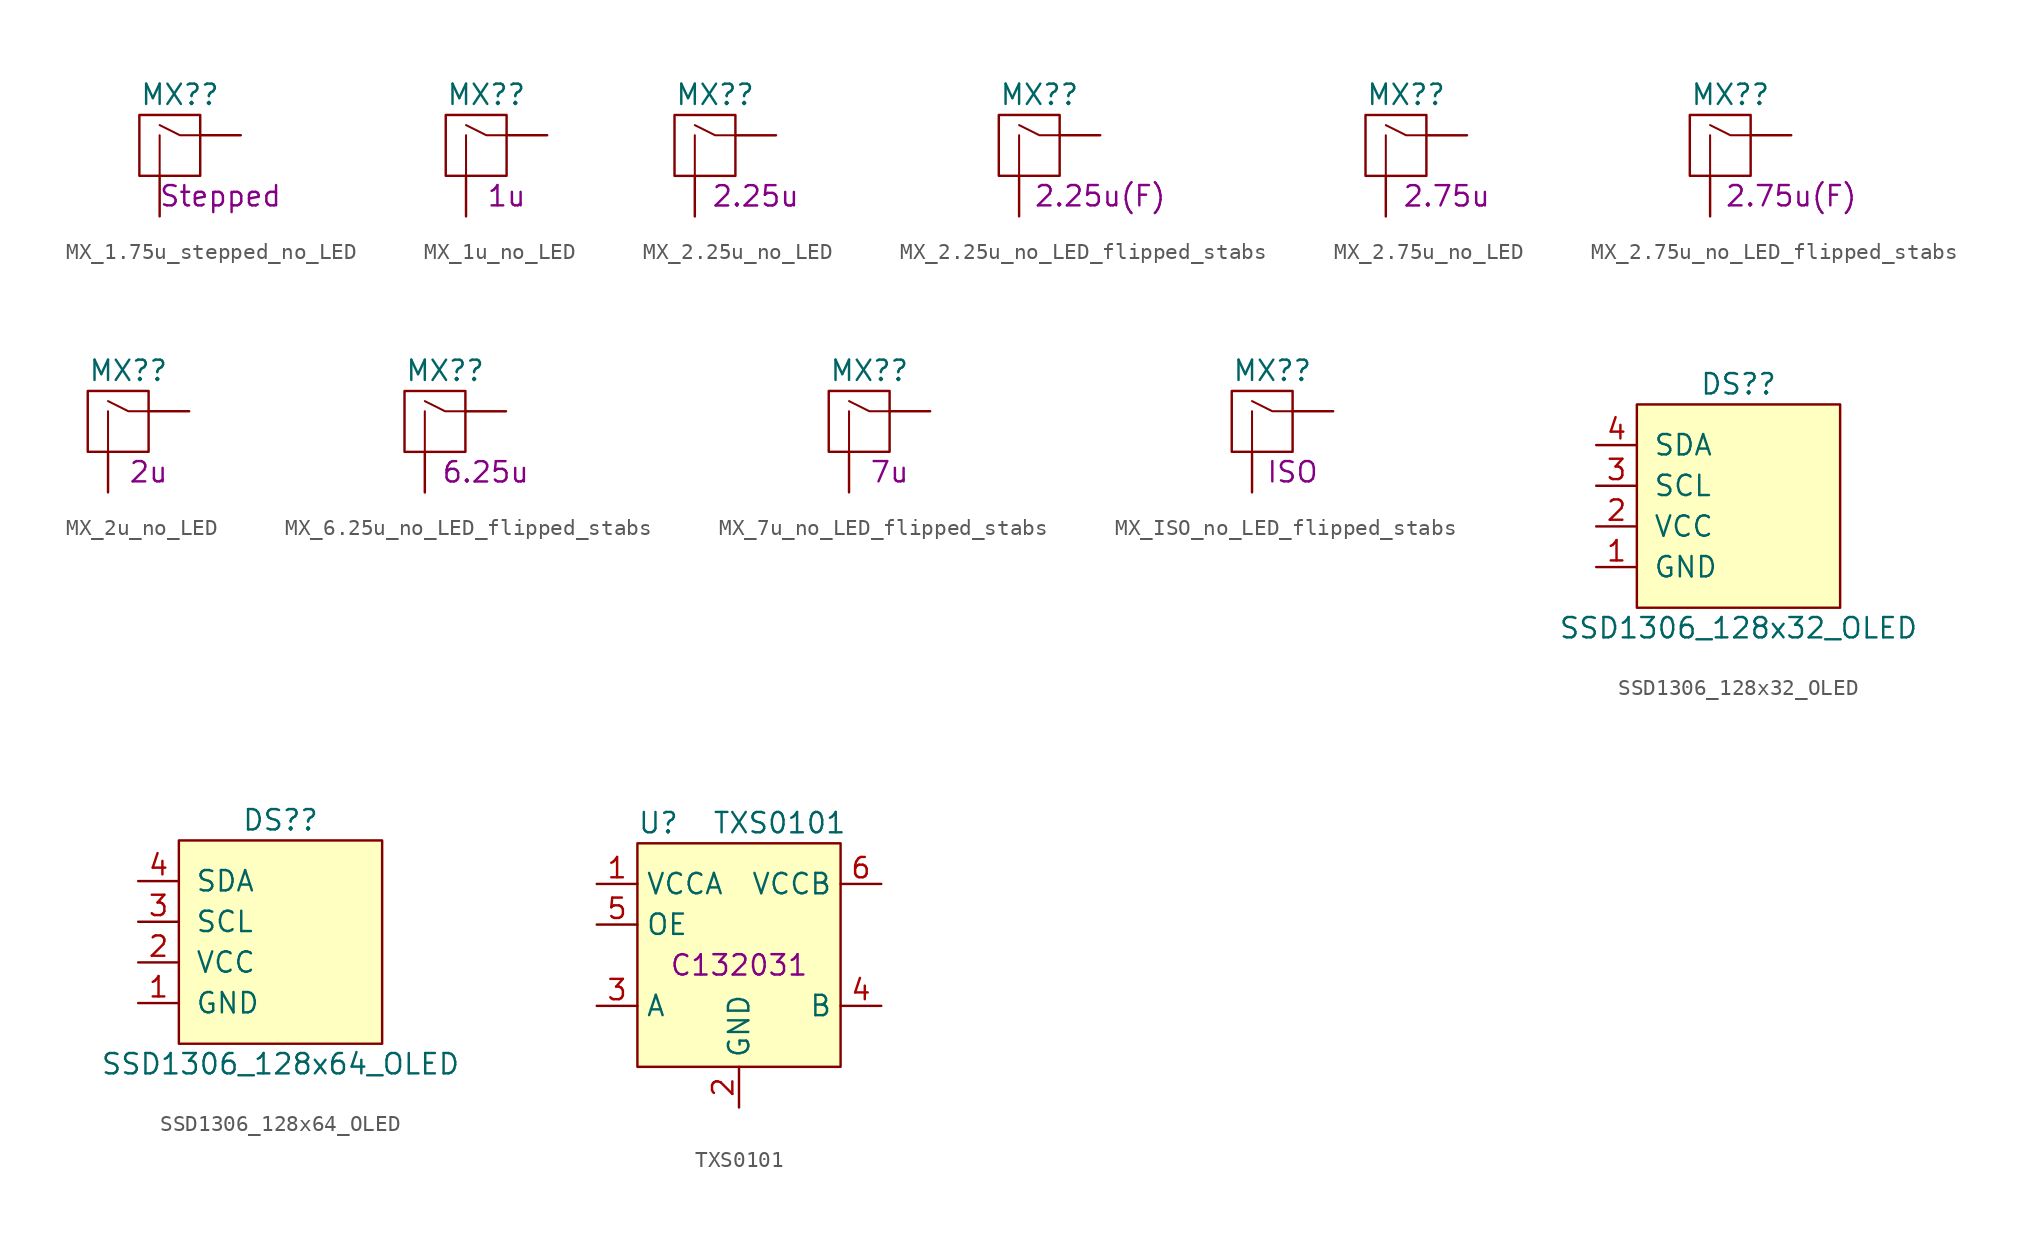
<source format=kicad_sym>
(kicad_symbol_lib
  (version 20211014)
  (generator kicad_symbol_editor)
  (symbol "MX_1.75u_stepped_no_LED"
    (pin_names
      (offset 1.016))
    (property "Reference" "MX?"
      (at 1.27 2.54 0)
      (effects (font (size 1.27 1.27))))
    (property "Size" "Stepped"
      (at 3.81 -3.81 0)
      (effects (font (size 1.27 1.27))))
    (symbol "MX_1.75u_stepped_no_LED_1_1"
      (rectangle (start -1.27 1.27) (end 2.54 -2.54) (stroke (width 0) (type default) (color 0 0 0 0)) (fill (type none)))
      (polyline (pts (xy 0 -2.54) (xy 0 0)) (stroke (width 0.127) (type default) (color 0 0 0 0)) (fill (type none)))
      (polyline (pts (xy 2.54 0) (xy 1.27 0) (xy 0 0.635)) (stroke (width 0.127) (type default) (color 0 0 0 0)) (fill (type none)))
      (pin passive line (at 5.08 0 180) (length 2.54) (name "COL" (effects (font (size 0 0)))) (number "1" (effects (font (size 0 0)))))
      (pin passive line (at 0 -5.08 90) (length 2.54) (name "ROW" (effects (font (size 0 0)))) (number "2" (effects (font (size 0 0)))))))
  (symbol "MX_1u_no_LED"
    (pin_names
      (offset 1.016))
    (property "Reference" "MX?"
      (at 1.27 2.54 0)
      (effects (font (size 1.27 1.27))))
    (property "Size" "1u"
      (at 2.54 -3.81 0)
      (effects (font (size 1.27 1.27))))
    (symbol "MX_1u_no_LED_1_1"
      (rectangle (start -1.27 1.27) (end 2.54 -2.54) (stroke (width 0) (type default) (color 0 0 0 0)) (fill (type none)))
      (polyline (pts (xy 0 -2.54) (xy 0 0)) (stroke (width 0.127) (type default) (color 0 0 0 0)) (fill (type none)))
      (polyline (pts (xy 2.54 0) (xy 1.27 0) (xy 0 0.635)) (stroke (width 0.127) (type default) (color 0 0 0 0)) (fill (type none)))
      (pin passive line (at 5.08 0 180) (length 2.54) (name "COL" (effects (font (size 0 0)))) (number "1" (effects (font (size 0 0)))))
      (pin passive line (at 0 -5.08 90) (length 2.54) (name "ROW" (effects (font (size 0 0)))) (number "2" (effects (font (size 0 0)))))))
  (symbol "MX_2.25u_no_LED"
    (pin_names
      (offset 1.016))
    (property "Reference" "MX?"
      (at 1.27 2.54 0)
      (effects (font (size 1.27 1.27))))
    (property "Size" "2.25u"
      (at 3.81 -3.81 0)
      (effects (font (size 1.27 1.27))))
    (symbol "MX_2.25u_no_LED_1_1"
      (rectangle (start -1.27 1.27) (end 2.54 -2.54) (stroke (width 0) (type default) (color 0 0 0 0)) (fill (type none)))
      (polyline (pts (xy 0 -2.54) (xy 0 0)) (stroke (width 0.127) (type default) (color 0 0 0 0)) (fill (type none)))
      (polyline (pts (xy 2.54 0) (xy 1.27 0) (xy 0 0.635)) (stroke (width 0.127) (type default) (color 0 0 0 0)) (fill (type none)))
      (pin passive line (at 5.08 0 180) (length 2.54) (name "COL" (effects (font (size 0 0)))) (number "1" (effects (font (size 0 0)))))
      (pin passive line (at 0 -5.08 90) (length 2.54) (name "ROW" (effects (font (size 0 0)))) (number "2" (effects (font (size 0 0)))))))
  (symbol "MX_2.25u_no_LED_flipped_stabs"
    (pin_names
      (offset 1.016))
    (property "Reference" "MX?"
      (at 1.27 2.54 0)
      (effects (font (size 1.27 1.27))))
    (property "Size" "2.25u(F)"
      (at 5.08 -3.81 0)
      (effects (font (size 1.27 1.27))))
    (symbol "MX_2.25u_no_LED_flipped_stabs_1_1"
      (rectangle (start -1.27 1.27) (end 2.54 -2.54) (stroke (width 0) (type default) (color 0 0 0 0)) (fill (type none)))
      (polyline (pts (xy 0 -2.54) (xy 0 0)) (stroke (width 0.127) (type default) (color 0 0 0 0)) (fill (type none)))
      (polyline (pts (xy 2.54 0) (xy 1.27 0) (xy 0 0.635)) (stroke (width 0.127) (type default) (color 0 0 0 0)) (fill (type none)))
      (pin passive line (at 5.08 0 180) (length 2.54) (name "COL" (effects (font (size 0 0)))) (number "1" (effects (font (size 0 0)))))
      (pin passive line (at 0 -5.08 90) (length 2.54) (name "ROW" (effects (font (size 0 0)))) (number "2" (effects (font (size 0 0)))))))
  (symbol "MX_2.75u_no_LED"
    (pin_names
      (offset 1.016))
    (property "Reference" "MX?"
      (at 1.27 2.54 0)
      (effects (font (size 1.27 1.27))))
    (property "Size" "2.75u"
      (at 3.81 -3.81 0)
      (effects (font (size 1.27 1.27))))
    (symbol "MX_2.75u_no_LED_1_1"
      (rectangle (start -1.27 1.27) (end 2.54 -2.54) (stroke (width 0) (type default) (color 0 0 0 0)) (fill (type none)))
      (polyline (pts (xy 0 -2.54) (xy 0 0)) (stroke (width 0.127) (type default) (color 0 0 0 0)) (fill (type none)))
      (polyline (pts (xy 2.54 0) (xy 1.27 0) (xy 0 0.635)) (stroke (width 0.127) (type default) (color 0 0 0 0)) (fill (type none)))
      (pin passive line (at 5.08 0 180) (length 2.54) (name "COL" (effects (font (size 0 0)))) (number "1" (effects (font (size 0 0)))))
      (pin passive line (at 0 -5.08 90) (length 2.54) (name "ROW" (effects (font (size 0 0)))) (number "2" (effects (font (size 0 0)))))))
  (symbol "MX_2.75u_no_LED_flipped_stabs"
    (pin_names
      (offset 1.016))
    (property "Reference" "MX?"
      (at 1.27 2.54 0)
      (effects (font (size 1.27 1.27))))
    (property "Size" "2.75u(F)"
      (at 5.08 -3.81 0)
      (effects (font (size 1.27 1.27))))
    (symbol "MX_2.75u_no_LED_flipped_stabs_1_1"
      (rectangle (start -1.27 1.27) (end 2.54 -2.54) (stroke (width 0) (type default) (color 0 0 0 0)) (fill (type none)))
      (polyline (pts (xy 0 -2.54) (xy 0 0)) (stroke (width 0.127) (type default) (color 0 0 0 0)) (fill (type none)))
      (polyline (pts (xy 2.54 0) (xy 1.27 0) (xy 0 0.635)) (stroke (width 0.127) (type default) (color 0 0 0 0)) (fill (type none)))
      (pin passive line (at 5.08 0 180) (length 2.54) (name "COL" (effects (font (size 0 0)))) (number "1" (effects (font (size 0 0)))))
      (pin passive line (at 0 -5.08 90) (length 2.54) (name "ROW" (effects (font (size 0 0)))) (number "2" (effects (font (size 0 0)))))))
  (symbol "MX_2u_no_LED"
    (pin_names
      (offset 1.016))
    (property "Reference" "MX?"
      (at 1.27 2.54 0)
      (effects (font (size 1.27 1.27))))
    (property "Size" "2u"
      (at 2.54 -3.81 0)
      (effects (font (size 1.27 1.27))))
    (symbol "MX_2u_no_LED_1_1"
      (rectangle (start -1.27 1.27) (end 2.54 -2.54) (stroke (width 0) (type default) (color 0 0 0 0)) (fill (type none)))
      (polyline (pts (xy 0 -2.54) (xy 0 0)) (stroke (width 0.127) (type default) (color 0 0 0 0)) (fill (type none)))
      (polyline (pts (xy 2.54 0) (xy 1.27 0) (xy 0 0.635)) (stroke (width 0.127) (type default) (color 0 0 0 0)) (fill (type none)))
      (pin passive line (at 5.08 0 180) (length 2.54) (name "COL" (effects (font (size 0 0)))) (number "1" (effects (font (size 0 0)))))
      (pin passive line (at 0 -5.08 90) (length 2.54) (name "ROW" (effects (font (size 0 0)))) (number "2" (effects (font (size 0 0)))))))
  (symbol "MX_6.25u_no_LED_flipped_stabs"
    (pin_names
      (offset 1.016))
    (property "Reference" "MX?"
      (at 1.27 2.54 0)
      (effects (font (size 1.27 1.27))))
    (property "Size" "6.25u"
      (at 3.81 -3.81 0)
      (effects (font (size 1.27 1.27))))
    (symbol "MX_6.25u_no_LED_flipped_stabs_1_1"
      (rectangle (start -1.27 1.27) (end 2.54 -2.54) (stroke (width 0) (type default) (color 0 0 0 0)) (fill (type none)))
      (polyline (pts (xy 0 -2.54) (xy 0 0)) (stroke (width 0.127) (type default) (color 0 0 0 0)) (fill (type none)))
      (polyline (pts (xy 2.54 0) (xy 1.27 0) (xy 0 0.635)) (stroke (width 0.127) (type default) (color 0 0 0 0)) (fill (type none)))
      (pin passive line (at 5.08 0 180) (length 2.54) (name "COL" (effects (font (size 0 0)))) (number "1" (effects (font (size 0 0)))))
      (pin passive line (at 0 -5.08 90) (length 2.54) (name "ROW" (effects (font (size 0 0)))) (number "2" (effects (font (size 0 0)))))))
  (symbol "MX_7u_no_LED_flipped_stabs"
    (pin_names
      (offset 1.016))
    (property "Reference" "MX?"
      (at 1.27 2.54 0)
      (effects (font (size 1.27 1.27))))
    (property "Size" "7u"
      (at 2.54 -3.81 0)
      (effects (font (size 1.27 1.27))))
    (symbol "MX_7u_no_LED_flipped_stabs_1_1"
      (rectangle (start -1.27 1.27) (end 2.54 -2.54) (stroke (width 0) (type default) (color 0 0 0 0)) (fill (type none)))
      (polyline (pts (xy 0 -2.54) (xy 0 0)) (stroke (width 0.127) (type default) (color 0 0 0 0)) (fill (type none)))
      (polyline (pts (xy 2.54 0) (xy 1.27 0) (xy 0 0.635)) (stroke (width 0.127) (type default) (color 0 0 0 0)) (fill (type none)))
      (pin passive line (at 5.08 0 180) (length 2.54) (name "COL" (effects (font (size 0 0)))) (number "1" (effects (font (size 0 0)))))
      (pin passive line (at 0 -5.08 90) (length 2.54) (name "ROW" (effects (font (size 0 0)))) (number "2" (effects (font (size 0 0)))))))
  (symbol "MX_ISO_no_LED_flipped_stabs"
    (pin_names
      (offset 1.016))
    (property "Reference" "MX?"
      (at 1.27 2.54 0)
      (effects (font (size 1.27 1.27))))
    (property "Size" "ISO"
      (at 2.54 -3.81 0)
      (effects (font (size 1.27 1.27))))
    (symbol "MX_ISO_no_LED_flipped_stabs_1_1"
      (rectangle (start -1.27 1.27) (end 2.54 -2.54) (stroke (width 0) (type default) (color 0 0 0 0)) (fill (type none)))
      (polyline (pts (xy 0 -2.54) (xy 0 0)) (stroke (width 0.127) (type default) (color 0 0 0 0)) (fill (type none)))
      (polyline (pts (xy 2.54 0) (xy 1.27 0) (xy 0 0.635)) (stroke (width 0.127) (type default) (color 0 0 0 0)) (fill (type none)))
      (pin passive line (at 5.08 0 180) (length 2.54) (name "COL" (effects (font (size 0 0)))) (number "1" (effects (font (size 0 0)))))
      (pin passive line (at 0 -5.08 90) (length 2.54) (name "ROW" (effects (font (size 0 0)))) (number "2" (effects (font (size 0 0)))))))
  (symbol "SSD1306_128x32_OLED"
    (pin_names
      (offset 1.016))
    (property "Reference" "DS?"
      (at 0 7.62 0)
      (effects (font (size 1.27 1.27))))
    (property "Value" "SSD1306_128x32_OLED"
      (at 0 -7.62 0)
      (effects (font (size 1.27 1.27))))
    (symbol "SSD1306_128x32_OLED_1_1"
      (rectangle (start -6.35 -6.35) (end 6.35 6.35) (stroke (width 0) (type default) (color 0 0 0 0)) (fill (type background)))
      (pin input line (at -8.89 -3.81 0) (length 2.54) (name "GND" (effects (font (size 1.27 1.27)))) (number "1" (effects (font (size 1.27 1.27)))))
      (pin input line (at -8.89 -1.27 0) (length 2.54) (name "VCC" (effects (font (size 1.27 1.27)))) (number "2" (effects (font (size 1.27 1.27)))))
      (pin input line (at -8.89 1.27 0) (length 2.54) (name "SCL" (effects (font (size 1.27 1.27)))) (number "3" (effects (font (size 1.27 1.27)))))
      (pin input line (at -8.89 3.81 0) (length 2.54) (name "SDA" (effects (font (size 1.27 1.27)))) (number "4" (effects (font (size 1.27 1.27)))))))
  (symbol "SSD1306_128x64_OLED"
    (pin_names
      (offset 1.016))
    (property "Reference" "DS?"
      (at 0 7.62 0)
      (effects (font (size 1.27 1.27))))
    (property "Value" "SSD1306_128x64_OLED"
      (at 0 -7.62 0)
      (effects (font (size 1.27 1.27))))
    (symbol "SSD1306_128x64_OLED_1_1"
      (rectangle (start -6.35 -6.35) (end 6.35 6.35) (stroke (width 0) (type default) (color 0 0 0 0)) (fill (type background)))
      (pin input line (at -8.89 -3.81 0) (length 2.54) (name "GND" (effects (font (size 1.27 1.27)))) (number "1" (effects (font (size 1.27 1.27)))))
      (pin input line (at -8.89 -1.27 0) (length 2.54) (name "VCC" (effects (font (size 1.27 1.27)))) (number "2" (effects (font (size 1.27 1.27)))))
      (pin input line (at -8.89 1.27 0) (length 2.54) (name "SCL" (effects (font (size 1.27 1.27)))) (number "3" (effects (font (size 1.27 1.27)))))
      (pin input line (at -8.89 3.81 0) (length 2.54) (name "SDA" (effects (font (size 1.27 1.27)))) (number "4" (effects (font (size 1.27 1.27)))))))
  (symbol "TXS0101"
    (property "Reference" "U"
      (at -6.35 8.89 0)
      (effects (font (size 1.27 1.27)) (justify left)))
    (property "Value" "TXS0101"
      (at 2.54 8.89 0)
      (effects (font (size 1.27 1.27))))
    (property "JLC P#" "C132031"
      (at 0 0 0)
      (effects (font (size 1.27 1.27))))
    (symbol "TXS0101_0_1"
      (rectangle (start -6.35 -6.35) (end 6.35 7.62) (stroke (width 0.152) (type default) (color 0 0 0 0)) (fill (type background))))
    (symbol "TXS0101_1_1"
      (pin power_in line (at -8.89 5.08 0) (length 2.54) (name "VCCA" (effects (font (size 1.27 1.27)))) (number "1" (effects (font (size 1.27 1.27)))))
      (pin passive line (at 0 -8.89 90) (length 2.54) (name "GND" (effects (font (size 1.27 1.27)))) (number "2" (effects (font (size 1.27 1.27)))))
      (pin bidirectional line (at -8.89 -2.54 0) (length 2.54) (name "A" (effects (font (size 1.27 1.27)))) (number "3" (effects (font (size 1.27 1.27)))))
      (pin bidirectional line (at 8.89 -2.54 180) (length 2.54) (name "B" (effects (font (size 1.27 1.27)))) (number "4" (effects (font (size 1.27 1.27)))))
      (pin input line (at -8.89 2.54 0) (length 2.54) (name "OE" (effects (font (size 1.27 1.27)))) (number "5" (effects (font (size 1.27 1.27)))))
      (pin power_in line (at 8.89 5.08 180) (length 2.54) (name "VCCB" (effects (font (size 1.27 1.27)))) (number "6" (effects (font (size 1.27 1.27))))))))
</source>
